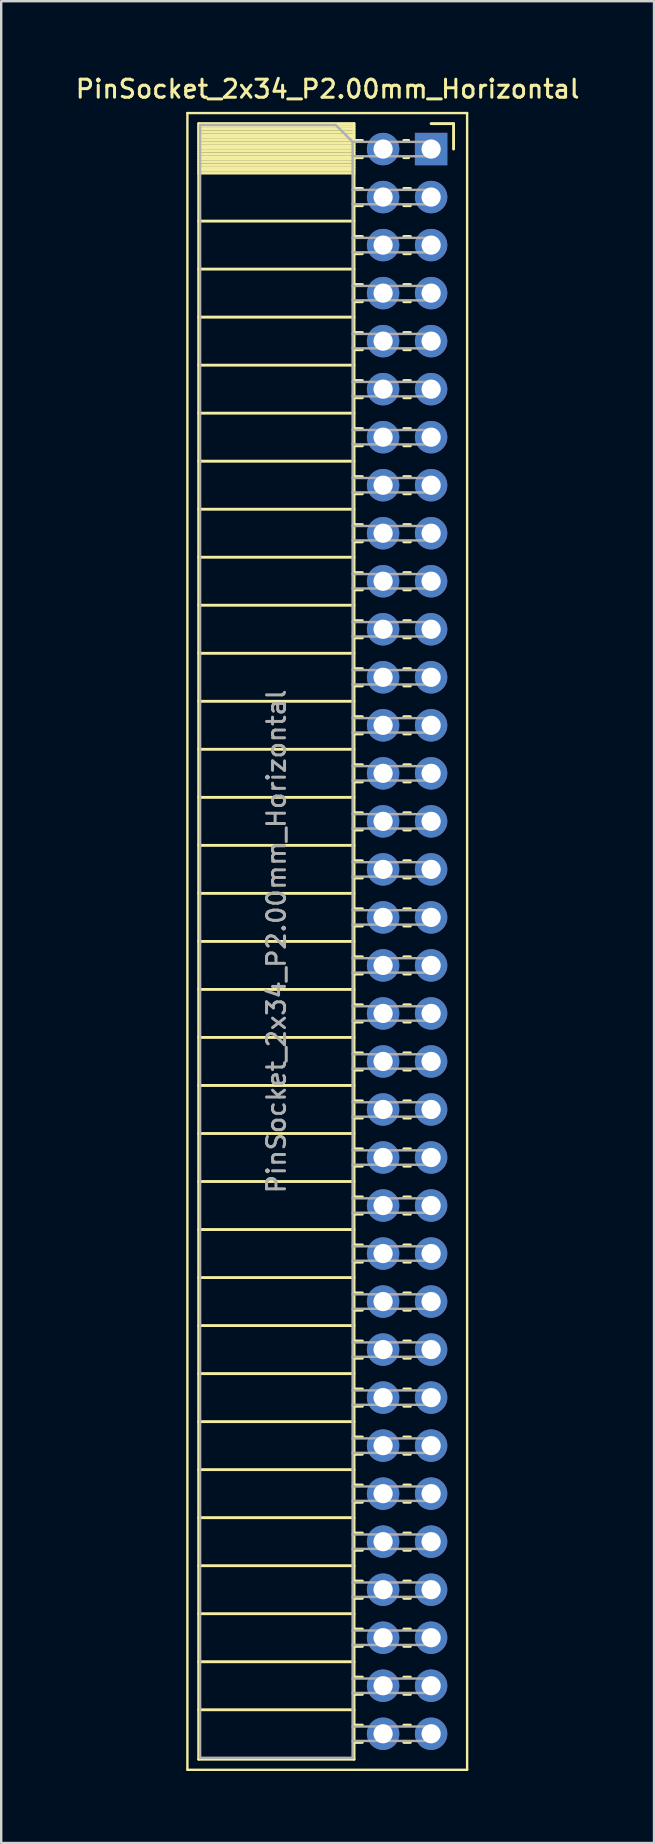
<source format=kicad_pcb>
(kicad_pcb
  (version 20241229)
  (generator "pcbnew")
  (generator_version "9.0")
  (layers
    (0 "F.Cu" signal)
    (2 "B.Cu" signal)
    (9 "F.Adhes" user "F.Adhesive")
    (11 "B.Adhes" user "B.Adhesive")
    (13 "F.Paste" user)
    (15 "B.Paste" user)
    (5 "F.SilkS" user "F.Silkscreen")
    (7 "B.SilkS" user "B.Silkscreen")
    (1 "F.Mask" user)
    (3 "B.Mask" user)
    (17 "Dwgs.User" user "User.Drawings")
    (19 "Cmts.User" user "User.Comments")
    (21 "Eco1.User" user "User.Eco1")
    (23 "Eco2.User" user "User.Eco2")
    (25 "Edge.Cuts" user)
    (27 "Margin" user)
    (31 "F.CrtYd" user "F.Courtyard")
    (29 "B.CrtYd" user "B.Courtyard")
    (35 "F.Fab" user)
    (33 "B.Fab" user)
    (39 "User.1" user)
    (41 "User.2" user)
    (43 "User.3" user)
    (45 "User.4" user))
  (footprint "PinSocket_2x34_P2.00mm_Horizontal"
    (layer "F.Cu")
    (at 14.905 3.158)
    (property "Reference" "PinSocket_2x34_P2.00mm_Horizontal" (at -4.31 -2.5 0) (layer "F.SilkS") (effects (font (size 0.75 0.75) (thickness 0.125))))
    (attr through_hole)
    (fp_line (start -10.15 -1.5) (end -10.15 67.5) (stroke (width 0.1) (type solid)) (layer "F.SilkS"))
    (fp_line (start -10.15 67.5) (end 1.5 67.5) (stroke (width 0.1) (type solid)) (layer "F.SilkS"))
    (fp_line (start -9.68 -1.06) (end -9.68 67.06) (stroke (width 0.12) (type solid)) (layer "F.SilkS"))
    (fp_line (start -9.68 -1.06) (end -3.21 -1.06) (stroke (width 0.12) (type solid)) (layer "F.SilkS"))
    (fp_line (start -9.68 -0.94) (end -3.21 -0.94) (stroke (width 0.12) (type solid)) (layer "F.SilkS"))
    (fp_line (start -9.68 -0.826) (end -3.21 -0.826) (stroke (width 0.12) (type solid)) (layer "F.SilkS"))
    (fp_line (start -9.68 -0.712) (end -3.21 -0.712) (stroke (width 0.12) (type solid)) (layer "F.SilkS"))
    (fp_line (start -9.68 -0.598) (end -3.21 -0.598) (stroke (width 0.12) (type solid)) (layer "F.SilkS"))
    (fp_line (start -9.68 -0.484) (end -3.21 -0.484) (stroke (width 0.12) (type solid)) (layer "F.SilkS"))
    (fp_line (start -9.68 -0.369) (end -3.21 -0.369) (stroke (width 0.12) (type solid)) (layer "F.SilkS"))
    (fp_line (start -9.68 -0.255) (end -3.21 -0.255) (stroke (width 0.12) (type solid)) (layer "F.SilkS"))
    (fp_line (start -9.68 -0.141) (end -3.21 -0.141) (stroke (width 0.12) (type solid)) (layer "F.SilkS"))
    (fp_line (start -9.68 -0.027) (end -3.21 -0.027) (stroke (width 0.12) (type solid)) (layer "F.SilkS"))
    (fp_line (start -9.68 0.087) (end -3.21 0.087) (stroke (width 0.12) (type solid)) (layer "F.SilkS"))
    (fp_line (start -9.68 0.201) (end -3.21 0.201) (stroke (width 0.12) (type solid)) (layer "F.SilkS"))
    (fp_line (start -9.68 0.315) (end -3.21 0.315) (stroke (width 0.12) (type solid)) (layer "F.SilkS"))
    (fp_line (start -9.68 0.429) (end -3.21 0.429) (stroke (width 0.12) (type solid)) (layer "F.SilkS"))
    (fp_line (start -9.68 0.544) (end -3.21 0.544) (stroke (width 0.12) (type solid)) (layer "F.SilkS"))
    (fp_line (start -9.68 0.658) (end -3.21 0.658) (stroke (width 0.12) (type solid)) (layer "F.SilkS"))
    (fp_line (start -9.68 0.772) (end -3.21 0.772) (stroke (width 0.12) (type solid)) (layer "F.SilkS"))
    (fp_line (start -9.68 0.886) (end -3.21 0.886) (stroke (width 0.12) (type solid)) (layer "F.SilkS"))
    (fp_line (start -9.68 1) (end -3.21 1) (stroke (width 0.12) (type solid)) (layer "F.SilkS"))
    (fp_line (start -9.68 3) (end -3.21 3) (stroke (width 0.12) (type solid)) (layer "F.SilkS"))
    (fp_line (start -9.68 5) (end -3.21 5) (stroke (width 0.12) (type solid)) (layer "F.SilkS"))
    (fp_line (start -9.68 7) (end -3.21 7) (stroke (width 0.12) (type solid)) (layer "F.SilkS"))
    (fp_line (start -9.68 9) (end -3.21 9) (stroke (width 0.12) (type solid)) (layer "F.SilkS"))
    (fp_line (start -9.68 11) (end -3.21 11) (stroke (width 0.12) (type solid)) (layer "F.SilkS"))
    (fp_line (start -9.68 13) (end -3.21 13) (stroke (width 0.12) (type solid)) (layer "F.SilkS"))
    (fp_line (start -9.68 15) (end -3.21 15) (stroke (width 0.12) (type solid)) (layer "F.SilkS"))
    (fp_line (start -9.68 17) (end -3.21 17) (stroke (width 0.12) (type solid)) (layer "F.SilkS"))
    (fp_line (start -9.68 19) (end -3.21 19) (stroke (width 0.12) (type solid)) (layer "F.SilkS"))
    (fp_line (start -9.68 21) (end -3.21 21) (stroke (width 0.12) (type solid)) (layer "F.SilkS"))
    (fp_line (start -9.68 23) (end -3.21 23) (stroke (width 0.12) (type solid)) (layer "F.SilkS"))
    (fp_line (start -9.68 25) (end -3.21 25) (stroke (width 0.12) (type solid)) (layer "F.SilkS"))
    (fp_line (start -9.68 27) (end -3.21 27) (stroke (width 0.12) (type solid)) (layer "F.SilkS"))
    (fp_line (start -9.68 29) (end -3.21 29) (stroke (width 0.12) (type solid)) (layer "F.SilkS"))
    (fp_line (start -9.68 31) (end -3.21 31) (stroke (width 0.12) (type solid)) (layer "F.SilkS"))
    (fp_line (start -9.68 33) (end -3.21 33) (stroke (width 0.12) (type solid)) (layer "F.SilkS"))
    (fp_line (start -9.68 35) (end -3.21 35) (stroke (width 0.12) (type solid)) (layer "F.SilkS"))
    (fp_line (start -9.68 37) (end -3.21 37) (stroke (width 0.12) (type solid)) (layer "F.SilkS"))
    (fp_line (start -9.68 39) (end -3.21 39) (stroke (width 0.12) (type solid)) (layer "F.SilkS"))
    (fp_line (start -9.68 41) (end -3.21 41) (stroke (width 0.12) (type solid)) (layer "F.SilkS"))
    (fp_line (start -9.68 43) (end -3.21 43) (stroke (width 0.12) (type solid)) (layer "F.SilkS"))
    (fp_line (start -9.68 45) (end -3.21 45) (stroke (width 0.12) (type solid)) (layer "F.SilkS"))
    (fp_line (start -9.68 47) (end -3.21 47) (stroke (width 0.12) (type solid)) (layer "F.SilkS"))
    (fp_line (start -9.68 49) (end -3.21 49) (stroke (width 0.12) (type solid)) (layer "F.SilkS"))
    (fp_line (start -9.68 51) (end -3.21 51) (stroke (width 0.12) (type solid)) (layer "F.SilkS"))
    (fp_line (start -9.68 53) (end -3.21 53) (stroke (width 0.12) (type solid)) (layer "F.SilkS"))
    (fp_line (start -9.68 55) (end -3.21 55) (stroke (width 0.12) (type solid)) (layer "F.SilkS"))
    (fp_line (start -9.68 57) (end -3.21 57) (stroke (width 0.12) (type solid)) (layer "F.SilkS"))
    (fp_line (start -9.68 59) (end -3.21 59) (stroke (width 0.12) (type solid)) (layer "F.SilkS"))
    (fp_line (start -9.68 61) (end -3.21 61) (stroke (width 0.12) (type solid)) (layer "F.SilkS"))
    (fp_line (start -9.68 63) (end -3.21 63) (stroke (width 0.12) (type solid)) (layer "F.SilkS"))
    (fp_line (start -9.68 65) (end -3.21 65) (stroke (width 0.12) (type solid)) (layer "F.SilkS"))
    (fp_line (start -9.68 67.06) (end -3.21 67.06) (stroke (width 0.12) (type solid)) (layer "F.SilkS"))
    (fp_line (start -3.21 -1.06) (end -3.21 67.06) (stroke (width 0.12) (type solid)) (layer "F.SilkS"))
    (fp_line (start -3.21 -0.36) (end -2.863 -0.36) (stroke (width 0.12) (type solid)) (layer "F.SilkS"))
    (fp_line (start -3.21 0.36) (end -2.863 0.36) (stroke (width 0.12) (type solid)) (layer "F.SilkS"))
    (fp_line (start -3.21 1.64) (end -2.863 1.64) (stroke (width 0.12) (type solid)) (layer "F.SilkS"))
    (fp_line (start -3.21 2.36) (end -2.863 2.36) (stroke (width 0.12) (type solid)) (layer "F.SilkS"))
    (fp_line (start -3.21 3.64) (end -2.863 3.64) (stroke (width 0.12) (type solid)) (layer "F.SilkS"))
    (fp_line (start -3.21 4.36) (end -2.863 4.36) (stroke (width 0.12) (type solid)) (layer "F.SilkS"))
    (fp_line (start -3.21 5.64) (end -2.863 5.64) (stroke (width 0.12) (type solid)) (layer "F.SilkS"))
    (fp_line (start -3.21 6.36) (end -2.863 6.36) (stroke (width 0.12) (type solid)) (layer "F.SilkS"))
    (fp_line (start -3.21 7.64) (end -2.863 7.64) (stroke (width 0.12) (type solid)) (layer "F.SilkS"))
    (fp_line (start -3.21 8.36) (end -2.863 8.36) (stroke (width 0.12) (type solid)) (layer "F.SilkS"))
    (fp_line (start -3.21 9.64) (end -2.863 9.64) (stroke (width 0.12) (type solid)) (layer "F.SilkS"))
    (fp_line (start -3.21 10.36) (end -2.863 10.36) (stroke (width 0.12) (type solid)) (layer "F.SilkS"))
    (fp_line (start -3.21 11.64) (end -2.863 11.64) (stroke (width 0.12) (type solid)) (layer "F.SilkS"))
    (fp_line (start -3.21 12.36) (end -2.863 12.36) (stroke (width 0.12) (type solid)) (layer "F.SilkS"))
    (fp_line (start -3.21 13.64) (end -2.863 13.64) (stroke (width 0.12) (type solid)) (layer "F.SilkS"))
    (fp_line (start -3.21 14.36) (end -2.863 14.36) (stroke (width 0.12) (type solid)) (layer "F.SilkS"))
    (fp_line (start -3.21 15.64) (end -2.863 15.64) (stroke (width 0.12) (type solid)) (layer "F.SilkS"))
    (fp_line (start -3.21 16.36) (end -2.863 16.36) (stroke (width 0.12) (type solid)) (layer "F.SilkS"))
    (fp_line (start -3.21 17.64) (end -2.863 17.64) (stroke (width 0.12) (type solid)) (layer "F.SilkS"))
    (fp_line (start -3.21 18.36) (end -2.863 18.36) (stroke (width 0.12) (type solid)) (layer "F.SilkS"))
    (fp_line (start -3.21 19.64) (end -2.863 19.64) (stroke (width 0.12) (type solid)) (layer "F.SilkS"))
    (fp_line (start -3.21 20.36) (end -2.863 20.36) (stroke (width 0.12) (type solid)) (layer "F.SilkS"))
    (fp_line (start -3.21 21.64) (end -2.863 21.64) (stroke (width 0.12) (type solid)) (layer "F.SilkS"))
    (fp_line (start -3.21 22.36) (end -2.863 22.36) (stroke (width 0.12) (type solid)) (layer "F.SilkS"))
    (fp_line (start -3.21 23.64) (end -2.863 23.64) (stroke (width 0.12) (type solid)) (layer "F.SilkS"))
    (fp_line (start -3.21 24.36) (end -2.863 24.36) (stroke (width 0.12) (type solid)) (layer "F.SilkS"))
    (fp_line (start -3.21 25.64) (end -2.863 25.64) (stroke (width 0.12) (type solid)) (layer "F.SilkS"))
    (fp_line (start -3.21 26.36) (end -2.863 26.36) (stroke (width 0.12) (type solid)) (layer "F.SilkS"))
    (fp_line (start -3.21 27.64) (end -2.863 27.64) (stroke (width 0.12) (type solid)) (layer "F.SilkS"))
    (fp_line (start -3.21 28.36) (end -2.863 28.36) (stroke (width 0.12) (type solid)) (layer "F.SilkS"))
    (fp_line (start -3.21 29.64) (end -2.863 29.64) (stroke (width 0.12) (type solid)) (layer "F.SilkS"))
    (fp_line (start -3.21 30.36) (end -2.863 30.36) (stroke (width 0.12) (type solid)) (layer "F.SilkS"))
    (fp_line (start -3.21 31.64) (end -2.863 31.64) (stroke (width 0.12) (type solid)) (layer "F.SilkS"))
    (fp_line (start -3.21 32.36) (end -2.863 32.36) (stroke (width 0.12) (type solid)) (layer "F.SilkS"))
    (fp_line (start -3.21 33.64) (end -2.863 33.64) (stroke (width 0.12) (type solid)) (layer "F.SilkS"))
    (fp_line (start -3.21 34.36) (end -2.863 34.36) (stroke (width 0.12) (type solid)) (layer "F.SilkS"))
    (fp_line (start -3.21 35.64) (end -2.863 35.64) (stroke (width 0.12) (type solid)) (layer "F.SilkS"))
    (fp_line (start -3.21 36.36) (end -2.863 36.36) (stroke (width 0.12) (type solid)) (layer "F.SilkS"))
    (fp_line (start -3.21 37.64) (end -2.863 37.64) (stroke (width 0.12) (type solid)) (layer "F.SilkS"))
    (fp_line (start -3.21 38.36) (end -2.863 38.36) (stroke (width 0.12) (type solid)) (layer "F.SilkS"))
    (fp_line (start -3.21 39.64) (end -2.863 39.64) (stroke (width 0.12) (type solid)) (layer "F.SilkS"))
    (fp_line (start -3.21 40.36) (end -2.863 40.36) (stroke (width 0.12) (type solid)) (layer "F.SilkS"))
    (fp_line (start -3.21 41.64) (end -2.863 41.64) (stroke (width 0.12) (type solid)) (layer "F.SilkS"))
    (fp_line (start -3.21 42.36) (end -2.863 42.36) (stroke (width 0.12) (type solid)) (layer "F.SilkS"))
    (fp_line (start -3.21 43.64) (end -2.863 43.64) (stroke (width 0.12) (type solid)) (layer "F.SilkS"))
    (fp_line (start -3.21 44.36) (end -2.863 44.36) (stroke (width 0.12) (type solid)) (layer "F.SilkS"))
    (fp_line (start -3.21 45.64) (end -2.863 45.64) (stroke (width 0.12) (type solid)) (layer "F.SilkS"))
    (fp_line (start -3.21 46.36) (end -2.863 46.36) (stroke (width 0.12) (type solid)) (layer "F.SilkS"))
    (fp_line (start -3.21 47.64) (end -2.863 47.64) (stroke (width 0.12) (type solid)) (layer "F.SilkS"))
    (fp_line (start -3.21 48.36) (end -2.863 48.36) (stroke (width 0.12) (type solid)) (layer "F.SilkS"))
    (fp_line (start -3.21 49.64) (end -2.863 49.64) (stroke (width 0.12) (type solid)) (layer "F.SilkS"))
    (fp_line (start -3.21 50.36) (end -2.863 50.36) (stroke (width 0.12) (type solid)) (layer "F.SilkS"))
    (fp_line (start -3.21 51.64) (end -2.863 51.64) (stroke (width 0.12) (type solid)) (layer "F.SilkS"))
    (fp_line (start -3.21 52.36) (end -2.863 52.36) (stroke (width 0.12) (type solid)) (layer "F.SilkS"))
    (fp_line (start -3.21 53.64) (end -2.863 53.64) (stroke (width 0.12) (type solid)) (layer "F.SilkS"))
    (fp_line (start -3.21 54.36) (end -2.863 54.36) (stroke (width 0.12) (type solid)) (layer "F.SilkS"))
    (fp_line (start -3.21 55.64) (end -2.863 55.64) (stroke (width 0.12) (type solid)) (layer "F.SilkS"))
    (fp_line (start -3.21 56.36) (end -2.863 56.36) (stroke (width 0.12) (type solid)) (layer "F.SilkS"))
    (fp_line (start -3.21 57.64) (end -2.863 57.64) (stroke (width 0.12) (type solid)) (layer "F.SilkS"))
    (fp_line (start -3.21 58.36) (end -2.863 58.36) (stroke (width 0.12) (type solid)) (layer "F.SilkS"))
    (fp_line (start -3.21 59.64) (end -2.863 59.64) (stroke (width 0.12) (type solid)) (layer "F.SilkS"))
    (fp_line (start -3.21 60.36) (end -2.863 60.36) (stroke (width 0.12) (type solid)) (layer "F.SilkS"))
    (fp_line (start -3.21 61.64) (end -2.863 61.64) (stroke (width 0.12) (type solid)) (layer "F.SilkS"))
    (fp_line (start -3.21 62.36) (end -2.863 62.36) (stroke (width 0.12) (type solid)) (layer "F.SilkS"))
    (fp_line (start -3.21 63.64) (end -2.863 63.64) (stroke (width 0.12) (type solid)) (layer "F.SilkS"))
    (fp_line (start -3.21 64.36) (end -2.863 64.36) (stroke (width 0.12) (type solid)) (layer "F.SilkS"))
    (fp_line (start -3.21 65.64) (end -2.863 65.64) (stroke (width 0.12) (type solid)) (layer "F.SilkS"))
    (fp_line (start -3.21 66.36) (end -2.863 66.36) (stroke (width 0.12) (type solid)) (layer "F.SilkS"))
    (fp_line (start -1.137 -0.36) (end -0.935 -0.36) (stroke (width 0.12) (type solid)) (layer "F.SilkS"))
    (fp_line (start -1.137 0.36) (end -0.935 0.36) (stroke (width 0.12) (type solid)) (layer "F.SilkS"))
    (fp_line (start -1.137 1.64) (end -0.863 1.64) (stroke (width 0.12) (type solid)) (layer "F.SilkS"))
    (fp_line (start -1.137 2.36) (end -0.863 2.36) (stroke (width 0.12) (type solid)) (layer "F.SilkS"))
    (fp_line (start -1.137 3.64) (end -0.863 3.64) (stroke (width 0.12) (type solid)) (layer "F.SilkS"))
    (fp_line (start -1.137 4.36) (end -0.863 4.36) (stroke (width 0.12) (type solid)) (layer "F.SilkS"))
    (fp_line (start -1.137 5.64) (end -0.863 5.64) (stroke (width 0.12) (type solid)) (layer "F.SilkS"))
    (fp_line (start -1.137 6.36) (end -0.863 6.36) (stroke (width 0.12) (type solid)) (layer "F.SilkS"))
    (fp_line (start -1.137 7.64) (end -0.863 7.64) (stroke (width 0.12) (type solid)) (layer "F.SilkS"))
    (fp_line (start -1.137 8.36) (end -0.863 8.36) (stroke (width 0.12) (type solid)) (layer "F.SilkS"))
    (fp_line (start -1.137 9.64) (end -0.863 9.64) (stroke (width 0.12) (type solid)) (layer "F.SilkS"))
    (fp_line (start -1.137 10.36) (end -0.863 10.36) (stroke (width 0.12) (type solid)) (layer "F.SilkS"))
    (fp_line (start -1.137 11.64) (end -0.863 11.64) (stroke (width 0.12) (type solid)) (layer "F.SilkS"))
    (fp_line (start -1.137 12.36) (end -0.863 12.36) (stroke (width 0.12) (type solid)) (layer "F.SilkS"))
    (fp_line (start -1.137 13.64) (end -0.863 13.64) (stroke (width 0.12) (type solid)) (layer "F.SilkS"))
    (fp_line (start -1.137 14.36) (end -0.863 14.36) (stroke (width 0.12) (type solid)) (layer "F.SilkS"))
    (fp_line (start -1.137 15.64) (end -0.863 15.64) (stroke (width 0.12) (type solid)) (layer "F.SilkS"))
    (fp_line (start -1.137 16.36) (end -0.863 16.36) (stroke (width 0.12) (type solid)) (layer "F.SilkS"))
    (fp_line (start -1.137 17.64) (end -0.863 17.64) (stroke (width 0.12) (type solid)) (layer "F.SilkS"))
    (fp_line (start -1.137 18.36) (end -0.863 18.36) (stroke (width 0.12) (type solid)) (layer "F.SilkS"))
    (fp_line (start -1.137 19.64) (end -0.863 19.64) (stroke (width 0.12) (type solid)) (layer "F.SilkS"))
    (fp_line (start -1.137 20.36) (end -0.863 20.36) (stroke (width 0.12) (type solid)) (layer "F.SilkS"))
    (fp_line (start -1.137 21.64) (end -0.863 21.64) (stroke (width 0.12) (type solid)) (layer "F.SilkS"))
    (fp_line (start -1.137 22.36) (end -0.863 22.36) (stroke (width 0.12) (type solid)) (layer "F.SilkS"))
    (fp_line (start -1.137 23.64) (end -0.863 23.64) (stroke (width 0.12) (type solid)) (layer "F.SilkS"))
    (fp_line (start -1.137 24.36) (end -0.863 24.36) (stroke (width 0.12) (type solid)) (layer "F.SilkS"))
    (fp_line (start -1.137 25.64) (end -0.863 25.64) (stroke (width 0.12) (type solid)) (layer "F.SilkS"))
    (fp_line (start -1.137 26.36) (end -0.863 26.36) (stroke (width 0.12) (type solid)) (layer "F.SilkS"))
    (fp_line (start -1.137 27.64) (end -0.863 27.64) (stroke (width 0.12) (type solid)) (layer "F.SilkS"))
    (fp_line (start -1.137 28.36) (end -0.863 28.36) (stroke (width 0.12) (type solid)) (layer "F.SilkS"))
    (fp_line (start -1.137 29.64) (end -0.863 29.64) (stroke (width 0.12) (type solid)) (layer "F.SilkS"))
    (fp_line (start -1.137 30.36) (end -0.863 30.36) (stroke (width 0.12) (type solid)) (layer "F.SilkS"))
    (fp_line (start -1.137 31.64) (end -0.863 31.64) (stroke (width 0.12) (type solid)) (layer "F.SilkS"))
    (fp_line (start -1.137 32.36) (end -0.863 32.36) (stroke (width 0.12) (type solid)) (layer "F.SilkS"))
    (fp_line (start -1.137 33.64) (end -0.863 33.64) (stroke (width 0.12) (type solid)) (layer "F.SilkS"))
    (fp_line (start -1.137 34.36) (end -0.863 34.36) (stroke (width 0.12) (type solid)) (layer "F.SilkS"))
    (fp_line (start -1.137 35.64) (end -0.863 35.64) (stroke (width 0.12) (type solid)) (layer "F.SilkS"))
    (fp_line (start -1.137 36.36) (end -0.863 36.36) (stroke (width 0.12) (type solid)) (layer "F.SilkS"))
    (fp_line (start -1.137 37.64) (end -0.863 37.64) (stroke (width 0.12) (type solid)) (layer "F.SilkS"))
    (fp_line (start -1.137 38.36) (end -0.863 38.36) (stroke (width 0.12) (type solid)) (layer "F.SilkS"))
    (fp_line (start -1.137 39.64) (end -0.863 39.64) (stroke (width 0.12) (type solid)) (layer "F.SilkS"))
    (fp_line (start -1.137 40.36) (end -0.863 40.36) (stroke (width 0.12) (type solid)) (layer "F.SilkS"))
    (fp_line (start -1.137 41.64) (end -0.863 41.64) (stroke (width 0.12) (type solid)) (layer "F.SilkS"))
    (fp_line (start -1.137 42.36) (end -0.863 42.36) (stroke (width 0.12) (type solid)) (layer "F.SilkS"))
    (fp_line (start -1.137 43.64) (end -0.863 43.64) (stroke (width 0.12) (type solid)) (layer "F.SilkS"))
    (fp_line (start -1.137 44.36) (end -0.863 44.36) (stroke (width 0.12) (type solid)) (layer "F.SilkS"))
    (fp_line (start -1.137 45.64) (end -0.863 45.64) (stroke (width 0.12) (type solid)) (layer "F.SilkS"))
    (fp_line (start -1.137 46.36) (end -0.863 46.36) (stroke (width 0.12) (type solid)) (layer "F.SilkS"))
    (fp_line (start -1.137 47.64) (end -0.863 47.64) (stroke (width 0.12) (type solid)) (layer "F.SilkS"))
    (fp_line (start -1.137 48.36) (end -0.863 48.36) (stroke (width 0.12) (type solid)) (layer "F.SilkS"))
    (fp_line (start -1.137 49.64) (end -0.863 49.64) (stroke (width 0.12) (type solid)) (layer "F.SilkS"))
    (fp_line (start -1.137 50.36) (end -0.863 50.36) (stroke (width 0.12) (type solid)) (layer "F.SilkS"))
    (fp_line (start -1.137 51.64) (end -0.863 51.64) (stroke (width 0.12) (type solid)) (layer "F.SilkS"))
    (fp_line (start -1.137 52.36) (end -0.863 52.36) (stroke (width 0.12) (type solid)) (layer "F.SilkS"))
    (fp_line (start -1.137 53.64) (end -0.863 53.64) (stroke (width 0.12) (type solid)) (layer "F.SilkS"))
    (fp_line (start -1.137 54.36) (end -0.863 54.36) (stroke (width 0.12) (type solid)) (layer "F.SilkS"))
    (fp_line (start -1.137 55.64) (end -0.863 55.64) (stroke (width 0.12) (type solid)) (layer "F.SilkS"))
    (fp_line (start -1.137 56.36) (end -0.863 56.36) (stroke (width 0.12) (type solid)) (layer "F.SilkS"))
    (fp_line (start -1.137 57.64) (end -0.863 57.64) (stroke (width 0.12) (type solid)) (layer "F.SilkS"))
    (fp_line (start -1.137 58.36) (end -0.863 58.36) (stroke (width 0.12) (type solid)) (layer "F.SilkS"))
    (fp_line (start -1.137 59.64) (end -0.863 59.64) (stroke (width 0.12) (type solid)) (layer "F.SilkS"))
    (fp_line (start -1.137 60.36) (end -0.863 60.36) (stroke (width 0.12) (type solid)) (layer "F.SilkS"))
    (fp_line (start -1.137 61.64) (end -0.863 61.64) (stroke (width 0.12) (type solid)) (layer "F.SilkS"))
    (fp_line (start -1.137 62.36) (end -0.863 62.36) (stroke (width 0.12) (type solid)) (layer "F.SilkS"))
    (fp_line (start -1.137 63.64) (end -0.863 63.64) (stroke (width 0.12) (type solid)) (layer "F.SilkS"))
    (fp_line (start -1.137 64.36) (end -0.863 64.36) (stroke (width 0.12) (type solid)) (layer "F.SilkS"))
    (fp_line (start -1.137 65.64) (end -0.863 65.64) (stroke (width 0.12) (type solid)) (layer "F.SilkS"))
    (fp_line (start -1.137 66.36) (end -0.863 66.36) (stroke (width 0.12) (type solid)) (layer "F.SilkS"))
    (fp_line (start 0 -1.06) (end 0.935 -1.06) (stroke (width 0.12) (type solid)) (layer "F.SilkS"))
    (fp_line (start 0.935 -1.06) (end 0.935 0) (stroke (width 0.12) (type solid)) (layer "F.SilkS"))
    (fp_line (start 1.5 -1.5) (end -10.15 -1.5) (stroke (width 0.1) (type solid)) (layer "F.SilkS"))
    (fp_line (start 1.5 67.5) (end 1.5 -1.5) (stroke (width 0.1) (type solid)) (layer "F.SilkS"))
    (fp_line (start -9.62 -1) (end -3.97 -1) (stroke (width 0.1) (type solid)) (layer "F.Fab"))
    (fp_line (start -9.62 67) (end -9.62 -1) (stroke (width 0.1) (type solid)) (layer "F.Fab"))
    (fp_line (start -3.97 -1) (end -3.27 -0.3) (stroke (width 0.1) (type solid)) (layer "F.Fab"))
    (fp_line (start -3.27 -0.3) (end -3.27 67) (stroke (width 0.1) (type solid)) (layer "F.Fab"))
    (fp_line (start -3.27 0.3) (end 0 0.3) (stroke (width 0.1) (type solid)) (layer "F.Fab"))
    (fp_line (start -3.27 2.3) (end 0 2.3) (stroke (width 0.1) (type solid)) (layer "F.Fab"))
    (fp_line (start -3.27 4.3) (end 0 4.3) (stroke (width 0.1) (type solid)) (layer "F.Fab"))
    (fp_line (start -3.27 6.3) (end 0 6.3) (stroke (width 0.1) (type solid)) (layer "F.Fab"))
    (fp_line (start -3.27 8.3) (end 0 8.3) (stroke (width 0.1) (type solid)) (layer "F.Fab"))
    (fp_line (start -3.27 10.3) (end 0 10.3) (stroke (width 0.1) (type solid)) (layer "F.Fab"))
    (fp_line (start -3.27 12.3) (end 0 12.3) (stroke (width 0.1) (type solid)) (layer "F.Fab"))
    (fp_line (start -3.27 14.3) (end 0 14.3) (stroke (width 0.1) (type solid)) (layer "F.Fab"))
    (fp_line (start -3.27 16.3) (end 0 16.3) (stroke (width 0.1) (type solid)) (layer "F.Fab"))
    (fp_line (start -3.27 18.3) (end 0 18.3) (stroke (width 0.1) (type solid)) (layer "F.Fab"))
    (fp_line (start -3.27 20.3) (end 0 20.3) (stroke (width 0.1) (type solid)) (layer "F.Fab"))
    (fp_line (start -3.27 22.3) (end 0 22.3) (stroke (width 0.1) (type solid)) (layer "F.Fab"))
    (fp_line (start -3.27 24.3) (end 0 24.3) (stroke (width 0.1) (type solid)) (layer "F.Fab"))
    (fp_line (start -3.27 26.3) (end 0 26.3) (stroke (width 0.1) (type solid)) (layer "F.Fab"))
    (fp_line (start -3.27 28.3) (end 0 28.3) (stroke (width 0.1) (type solid)) (layer "F.Fab"))
    (fp_line (start -3.27 30.3) (end 0 30.3) (stroke (width 0.1) (type solid)) (layer "F.Fab"))
    (fp_line (start -3.27 32.3) (end 0 32.3) (stroke (width 0.1) (type solid)) (layer "F.Fab"))
    (fp_line (start -3.27 34.3) (end 0 34.3) (stroke (width 0.1) (type solid)) (layer "F.Fab"))
    (fp_line (start -3.27 36.3) (end 0 36.3) (stroke (width 0.1) (type solid)) (layer "F.Fab"))
    (fp_line (start -3.27 38.3) (end 0 38.3) (stroke (width 0.1) (type solid)) (layer "F.Fab"))
    (fp_line (start -3.27 40.3) (end 0 40.3) (stroke (width 0.1) (type solid)) (layer "F.Fab"))
    (fp_line (start -3.27 42.3) (end 0 42.3) (stroke (width 0.1) (type solid)) (layer "F.Fab"))
    (fp_line (start -3.27 44.3) (end 0 44.3) (stroke (width 0.1) (type solid)) (layer "F.Fab"))
    (fp_line (start -3.27 46.3) (end 0 46.3) (stroke (width 0.1) (type solid)) (layer "F.Fab"))
    (fp_line (start -3.27 48.3) (end 0 48.3) (stroke (width 0.1) (type solid)) (layer "F.Fab"))
    (fp_line (start -3.27 50.3) (end 0 50.3) (stroke (width 0.1) (type solid)) (layer "F.Fab"))
    (fp_line (start -3.27 52.3) (end 0 52.3) (stroke (width 0.1) (type solid)) (layer "F.Fab"))
    (fp_line (start -3.27 54.3) (end 0 54.3) (stroke (width 0.1) (type solid)) (layer "F.Fab"))
    (fp_line (start -3.27 56.3) (end 0 56.3) (stroke (width 0.1) (type solid)) (layer "F.Fab"))
    (fp_line (start -3.27 58.3) (end 0 58.3) (stroke (width 0.1) (type solid)) (layer "F.Fab"))
    (fp_line (start -3.27 60.3) (end 0 60.3) (stroke (width 0.1) (type solid)) (layer "F.Fab"))
    (fp_line (start -3.27 62.3) (end 0 62.3) (stroke (width 0.1) (type solid)) (layer "F.Fab"))
    (fp_line (start -3.27 64.3) (end 0 64.3) (stroke (width 0.1) (type solid)) (layer "F.Fab"))
    (fp_line (start -3.27 66.3) (end 0 66.3) (stroke (width 0.1) (type solid)) (layer "F.Fab"))
    (fp_line (start -3.27 67) (end -9.62 67) (stroke (width 0.1) (type solid)) (layer "F.Fab"))
    (fp_line (start 0 -0.3) (end -3.27 -0.3) (stroke (width 0.1) (type solid)) (layer "F.Fab"))
    (fp_line (start 0 0.3) (end 0 -0.3) (stroke (width 0.1) (type solid)) (layer "F.Fab"))
    (fp_line (start 0 1.7) (end -3.27 1.7) (stroke (width 0.1) (type solid)) (layer "F.Fab"))
    (fp_line (start 0 2.3) (end 0 1.7) (stroke (width 0.1) (type solid)) (layer "F.Fab"))
    (fp_line (start 0 3.7) (end -3.27 3.7) (stroke (width 0.1) (type solid)) (layer "F.Fab"))
    (fp_line (start 0 4.3) (end 0 3.7) (stroke (width 0.1) (type solid)) (layer "F.Fab"))
    (fp_line (start 0 5.7) (end -3.27 5.7) (stroke (width 0.1) (type solid)) (layer "F.Fab"))
    (fp_line (start 0 6.3) (end 0 5.7) (stroke (width 0.1) (type solid)) (layer "F.Fab"))
    (fp_line (start 0 7.7) (end -3.27 7.7) (stroke (width 0.1) (type solid)) (layer "F.Fab"))
    (fp_line (start 0 8.3) (end 0 7.7) (stroke (width 0.1) (type solid)) (layer "F.Fab"))
    (fp_line (start 0 9.7) (end -3.27 9.7) (stroke (width 0.1) (type solid)) (layer "F.Fab"))
    (fp_line (start 0 10.3) (end 0 9.7) (stroke (width 0.1) (type solid)) (layer "F.Fab"))
    (fp_line (start 0 11.7) (end -3.27 11.7) (stroke (width 0.1) (type solid)) (layer "F.Fab"))
    (fp_line (start 0 12.3) (end 0 11.7) (stroke (width 0.1) (type solid)) (layer "F.Fab"))
    (fp_line (start 0 13.7) (end -3.27 13.7) (stroke (width 0.1) (type solid)) (layer "F.Fab"))
    (fp_line (start 0 14.3) (end 0 13.7) (stroke (width 0.1) (type solid)) (layer "F.Fab"))
    (fp_line (start 0 15.7) (end -3.27 15.7) (stroke (width 0.1) (type solid)) (layer "F.Fab"))
    (fp_line (start 0 16.3) (end 0 15.7) (stroke (width 0.1) (type solid)) (layer "F.Fab"))
    (fp_line (start 0 17.7) (end -3.27 17.7) (stroke (width 0.1) (type solid)) (layer "F.Fab"))
    (fp_line (start 0 18.3) (end 0 17.7) (stroke (width 0.1) (type solid)) (layer "F.Fab"))
    (fp_line (start 0 19.7) (end -3.27 19.7) (stroke (width 0.1) (type solid)) (layer "F.Fab"))
    (fp_line (start 0 20.3) (end 0 19.7) (stroke (width 0.1) (type solid)) (layer "F.Fab"))
    (fp_line (start 0 21.7) (end -3.27 21.7) (stroke (width 0.1) (type solid)) (layer "F.Fab"))
    (fp_line (start 0 22.3) (end 0 21.7) (stroke (width 0.1) (type solid)) (layer "F.Fab"))
    (fp_line (start 0 23.7) (end -3.27 23.7) (stroke (width 0.1) (type solid)) (layer "F.Fab"))
    (fp_line (start 0 24.3) (end 0 23.7) (stroke (width 0.1) (type solid)) (layer "F.Fab"))
    (fp_line (start 0 25.7) (end -3.27 25.7) (stroke (width 0.1) (type solid)) (layer "F.Fab"))
    (fp_line (start 0 26.3) (end 0 25.7) (stroke (width 0.1) (type solid)) (layer "F.Fab"))
    (fp_line (start 0 27.7) (end -3.27 27.7) (stroke (width 0.1) (type solid)) (layer "F.Fab"))
    (fp_line (start 0 28.3) (end 0 27.7) (stroke (width 0.1) (type solid)) (layer "F.Fab"))
    (fp_line (start 0 29.7) (end -3.27 29.7) (stroke (width 0.1) (type solid)) (layer "F.Fab"))
    (fp_line (start 0 30.3) (end 0 29.7) (stroke (width 0.1) (type solid)) (layer "F.Fab"))
    (fp_line (start 0 31.7) (end -3.27 31.7) (stroke (width 0.1) (type solid)) (layer "F.Fab"))
    (fp_line (start 0 32.3) (end 0 31.7) (stroke (width 0.1) (type solid)) (layer "F.Fab"))
    (fp_line (start 0 33.7) (end -3.27 33.7) (stroke (width 0.1) (type solid)) (layer "F.Fab"))
    (fp_line (start 0 34.3) (end 0 33.7) (stroke (width 0.1) (type solid)) (layer "F.Fab"))
    (fp_line (start 0 35.7) (end -3.27 35.7) (stroke (width 0.1) (type solid)) (layer "F.Fab"))
    (fp_line (start 0 36.3) (end 0 35.7) (stroke (width 0.1) (type solid)) (layer "F.Fab"))
    (fp_line (start 0 37.7) (end -3.27 37.7) (stroke (width 0.1) (type solid)) (layer "F.Fab"))
    (fp_line (start 0 38.3) (end 0 37.7) (stroke (width 0.1) (type solid)) (layer "F.Fab"))
    (fp_line (start 0 39.7) (end -3.27 39.7) (stroke (width 0.1) (type solid)) (layer "F.Fab"))
    (fp_line (start 0 40.3) (end 0 39.7) (stroke (width 0.1) (type solid)) (layer "F.Fab"))
    (fp_line (start 0 41.7) (end -3.27 41.7) (stroke (width 0.1) (type solid)) (layer "F.Fab"))
    (fp_line (start 0 42.3) (end 0 41.7) (stroke (width 0.1) (type solid)) (layer "F.Fab"))
    (fp_line (start 0 43.7) (end -3.27 43.7) (stroke (width 0.1) (type solid)) (layer "F.Fab"))
    (fp_line (start 0 44.3) (end 0 43.7) (stroke (width 0.1) (type solid)) (layer "F.Fab"))
    (fp_line (start 0 45.7) (end -3.27 45.7) (stroke (width 0.1) (type solid)) (layer "F.Fab"))
    (fp_line (start 0 46.3) (end 0 45.7) (stroke (width 0.1) (type solid)) (layer "F.Fab"))
    (fp_line (start 0 47.7) (end -3.27 47.7) (stroke (width 0.1) (type solid)) (layer "F.Fab"))
    (fp_line (start 0 48.3) (end 0 47.7) (stroke (width 0.1) (type solid)) (layer "F.Fab"))
    (fp_line (start 0 49.7) (end -3.27 49.7) (stroke (width 0.1) (type solid)) (layer "F.Fab"))
    (fp_line (start 0 50.3) (end 0 49.7) (stroke (width 0.1) (type solid)) (layer "F.Fab"))
    (fp_line (start 0 51.7) (end -3.27 51.7) (stroke (width 0.1) (type solid)) (layer "F.Fab"))
    (fp_line (start 0 52.3) (end 0 51.7) (stroke (width 0.1) (type solid)) (layer "F.Fab"))
    (fp_line (start 0 53.7) (end -3.27 53.7) (stroke (width 0.1) (type solid)) (layer "F.Fab"))
    (fp_line (start 0 54.3) (end 0 53.7) (stroke (width 0.1) (type solid)) (layer "F.Fab"))
    (fp_line (start 0 55.7) (end -3.27 55.7) (stroke (width 0.1) (type solid)) (layer "F.Fab"))
    (fp_line (start 0 56.3) (end 0 55.7) (stroke (width 0.1) (type solid)) (layer "F.Fab"))
    (fp_line (start 0 57.7) (end -3.27 57.7) (stroke (width 0.1) (type solid)) (layer "F.Fab"))
    (fp_line (start 0 58.3) (end 0 57.7) (stroke (width 0.1) (type solid)) (layer "F.Fab"))
    (fp_line (start 0 59.7) (end -3.27 59.7) (stroke (width 0.1) (type solid)) (layer "F.Fab"))
    (fp_line (start 0 60.3) (end 0 59.7) (stroke (width 0.1) (type solid)) (layer "F.Fab"))
    (fp_line (start 0 61.7) (end -3.27 61.7) (stroke (width 0.1) (type solid)) (layer "F.Fab"))
    (fp_line (start 0 62.3) (end 0 61.7) (stroke (width 0.1) (type solid)) (layer "F.Fab"))
    (fp_line (start 0 63.7) (end -3.27 63.7) (stroke (width 0.1) (type solid)) (layer "F.Fab"))
    (fp_line (start 0 64.3) (end 0 63.7) (stroke (width 0.1) (type solid)) (layer "F.Fab"))
    (fp_line (start 0 65.7) (end -3.27 65.7) (stroke (width 0.1) (type solid)) (layer "F.Fab"))
    (fp_line (start 0 66.3) (end 0 65.7) (stroke (width 0.1) (type solid)) (layer "F.Fab"))
    (fp_text user "${REFERENCE}" (at -6.445 33 90) (layer "F.Fab") (effects (font (size 0.75 0.75) (thickness 0.125))))
    (pad "1" thru_hole rect (at 0 0) (size 1.35 1.35) (drill 0.8) (layers "*.Cu" "*.Mask"))
    (pad "2" thru_hole oval (at -2 0) (size 1.35 1.35) (drill 0.8) (layers "*.Cu" "*.Mask"))
    (pad "3" thru_hole oval (at 0 2) (size 1.35 1.35) (drill 0.8) (layers "*.Cu" "*.Mask"))
    (pad "4" thru_hole oval (at -2 2) (size 1.35 1.35) (drill 0.8) (layers "*.Cu" "*.Mask"))
    (pad "5" thru_hole oval (at 0 4) (size 1.35 1.35) (drill 0.8) (layers "*.Cu" "*.Mask"))
    (pad "6" thru_hole oval (at -2 4) (size 1.35 1.35) (drill 0.8) (layers "*.Cu" "*.Mask"))
    (pad "7" thru_hole oval (at 0 6) (size 1.35 1.35) (drill 0.8) (layers "*.Cu" "*.Mask"))
    (pad "8" thru_hole oval (at -2 6) (size 1.35 1.35) (drill 0.8) (layers "*.Cu" "*.Mask"))
    (pad "9" thru_hole oval (at 0 8) (size 1.35 1.35) (drill 0.8) (layers "*.Cu" "*.Mask"))
    (pad "10" thru_hole oval (at -2 8) (size 1.35 1.35) (drill 0.8) (layers "*.Cu" "*.Mask"))
    (pad "11" thru_hole oval (at 0 10) (size 1.35 1.35) (drill 0.8) (layers "*.Cu" "*.Mask"))
    (pad "12" thru_hole oval (at -2 10) (size 1.35 1.35) (drill 0.8) (layers "*.Cu" "*.Mask"))
    (pad "13" thru_hole oval (at 0 12) (size 1.35 1.35) (drill 0.8) (layers "*.Cu" "*.Mask"))
    (pad "14" thru_hole oval (at -2 12) (size 1.35 1.35) (drill 0.8) (layers "*.Cu" "*.Mask"))
    (pad "15" thru_hole oval (at 0 14) (size 1.35 1.35) (drill 0.8) (layers "*.Cu" "*.Mask"))
    (pad "16" thru_hole oval (at -2 14) (size 1.35 1.35) (drill 0.8) (layers "*.Cu" "*.Mask"))
    (pad "17" thru_hole oval (at 0 16) (size 1.35 1.35) (drill 0.8) (layers "*.Cu" "*.Mask"))
    (pad "18" thru_hole oval (at -2 16) (size 1.35 1.35) (drill 0.8) (layers "*.Cu" "*.Mask"))
    (pad "19" thru_hole oval (at 0 18) (size 1.35 1.35) (drill 0.8) (layers "*.Cu" "*.Mask"))
    (pad "20" thru_hole oval (at -2 18) (size 1.35 1.35) (drill 0.8) (layers "*.Cu" "*.Mask"))
    (pad "21" thru_hole oval (at 0 20) (size 1.35 1.35) (drill 0.8) (layers "*.Cu" "*.Mask"))
    (pad "22" thru_hole oval (at -2 20) (size 1.35 1.35) (drill 0.8) (layers "*.Cu" "*.Mask"))
    (pad "23" thru_hole oval (at 0 22) (size 1.35 1.35) (drill 0.8) (layers "*.Cu" "*.Mask"))
    (pad "24" thru_hole oval (at -2 22) (size 1.35 1.35) (drill 0.8) (layers "*.Cu" "*.Mask"))
    (pad "25" thru_hole oval (at 0 24) (size 1.35 1.35) (drill 0.8) (layers "*.Cu" "*.Mask"))
    (pad "26" thru_hole oval (at -2 24) (size 1.35 1.35) (drill 0.8) (layers "*.Cu" "*.Mask"))
    (pad "27" thru_hole oval (at 0 26) (size 1.35 1.35) (drill 0.8) (layers "*.Cu" "*.Mask"))
    (pad "28" thru_hole oval (at -2 26) (size 1.35 1.35) (drill 0.8) (layers "*.Cu" "*.Mask"))
    (pad "29" thru_hole oval (at 0 28) (size 1.35 1.35) (drill 0.8) (layers "*.Cu" "*.Mask"))
    (pad "30" thru_hole oval (at -2 28) (size 1.35 1.35) (drill 0.8) (layers "*.Cu" "*.Mask"))
    (pad "31" thru_hole oval (at 0 30) (size 1.35 1.35) (drill 0.8) (layers "*.Cu" "*.Mask"))
    (pad "32" thru_hole oval (at -2 30) (size 1.35 1.35) (drill 0.8) (layers "*.Cu" "*.Mask"))
    (pad "33" thru_hole oval (at 0 32) (size 1.35 1.35) (drill 0.8) (layers "*.Cu" "*.Mask"))
    (pad "34" thru_hole oval (at -2 32) (size 1.35 1.35) (drill 0.8) (layers "*.Cu" "*.Mask"))
    (pad "35" thru_hole oval (at 0 34) (size 1.35 1.35) (drill 0.8) (layers "*.Cu" "*.Mask"))
    (pad "36" thru_hole oval (at -2 34) (size 1.35 1.35) (drill 0.8) (layers "*.Cu" "*.Mask"))
    (pad "37" thru_hole oval (at 0 36) (size 1.35 1.35) (drill 0.8) (layers "*.Cu" "*.Mask"))
    (pad "38" thru_hole oval (at -2 36) (size 1.35 1.35) (drill 0.8) (layers "*.Cu" "*.Mask"))
    (pad "39" thru_hole oval (at 0 38) (size 1.35 1.35) (drill 0.8) (layers "*.Cu" "*.Mask"))
    (pad "40" thru_hole oval (at -2 38) (size 1.35 1.35) (drill 0.8) (layers "*.Cu" "*.Mask"))
    (pad "41" thru_hole oval (at 0 40) (size 1.35 1.35) (drill 0.8) (layers "*.Cu" "*.Mask"))
    (pad "42" thru_hole oval (at -2 40) (size 1.35 1.35) (drill 0.8) (layers "*.Cu" "*.Mask"))
    (pad "43" thru_hole oval (at 0 42) (size 1.35 1.35) (drill 0.8) (layers "*.Cu" "*.Mask"))
    (pad "44" thru_hole oval (at -2 42) (size 1.35 1.35) (drill 0.8) (layers "*.Cu" "*.Mask"))
    (pad "45" thru_hole oval (at 0 44) (size 1.35 1.35) (drill 0.8) (layers "*.Cu" "*.Mask"))
    (pad "46" thru_hole oval (at -2 44) (size 1.35 1.35) (drill 0.8) (layers "*.Cu" "*.Mask"))
    (pad "47" thru_hole oval (at 0 46) (size 1.35 1.35) (drill 0.8) (layers "*.Cu" "*.Mask"))
    (pad "48" thru_hole oval (at -2 46) (size 1.35 1.35) (drill 0.8) (layers "*.Cu" "*.Mask"))
    (pad "49" thru_hole oval (at 0 48) (size 1.35 1.35) (drill 0.8) (layers "*.Cu" "*.Mask"))
    (pad "50" thru_hole oval (at -2 48) (size 1.35 1.35) (drill 0.8) (layers "*.Cu" "*.Mask"))
    (pad "51" thru_hole oval (at 0 50) (size 1.35 1.35) (drill 0.8) (layers "*.Cu" "*.Mask"))
    (pad "52" thru_hole oval (at -2 50) (size 1.35 1.35) (drill 0.8) (layers "*.Cu" "*.Mask"))
    (pad "53" thru_hole oval (at 0 52) (size 1.35 1.35) (drill 0.8) (layers "*.Cu" "*.Mask"))
    (pad "54" thru_hole oval (at -2 52) (size 1.35 1.35) (drill 0.8) (layers "*.Cu" "*.Mask"))
    (pad "55" thru_hole oval (at 0 54) (size 1.35 1.35) (drill 0.8) (layers "*.Cu" "*.Mask"))
    (pad "56" thru_hole oval (at -2 54) (size 1.35 1.35) (drill 0.8) (layers "*.Cu" "*.Mask"))
    (pad "57" thru_hole oval (at 0 56) (size 1.35 1.35) (drill 0.8) (layers "*.Cu" "*.Mask"))
    (pad "58" thru_hole oval (at -2 56) (size 1.35 1.35) (drill 0.8) (layers "*.Cu" "*.Mask"))
    (pad "59" thru_hole oval (at 0 58) (size 1.35 1.35) (drill 0.8) (layers "*.Cu" "*.Mask"))
    (pad "60" thru_hole oval (at -2 58) (size 1.35 1.35) (drill 0.8) (layers "*.Cu" "*.Mask"))
    (pad "61" thru_hole oval (at 0 60) (size 1.35 1.35) (drill 0.8) (layers "*.Cu" "*.Mask"))
    (pad "62" thru_hole oval (at -2 60) (size 1.35 1.35) (drill 0.8) (layers "*.Cu" "*.Mask"))
    (pad "63" thru_hole oval (at 0 62) (size 1.35 1.35) (drill 0.8) (layers "*.Cu" "*.Mask"))
    (pad "64" thru_hole oval (at -2 62) (size 1.35 1.35) (drill 0.8) (layers "*.Cu" "*.Mask"))
    (pad "65" thru_hole oval (at 0 64) (size 1.35 1.35) (drill 0.8) (layers "*.Cu" "*.Mask"))
    (pad "66" thru_hole oval (at -2 64) (size 1.35 1.35) (drill 0.8) (layers "*.Cu" "*.Mask"))
    (pad "67" thru_hole oval (at 0 66) (size 1.35 1.35) (drill 0.8) (layers "*.Cu" "*.Mask"))
    (pad "68" thru_hole oval (at -2 66) (size 1.35 1.35) (drill 0.8) (layers "*.Cu" "*.Mask")))
  (gr_rect
    (start -3 -3)
    (end 24.189 73.708)
    (stroke (width 0.1) (type default))
    (fill no)
    (layer "Edge.Cuts")))
</source>
